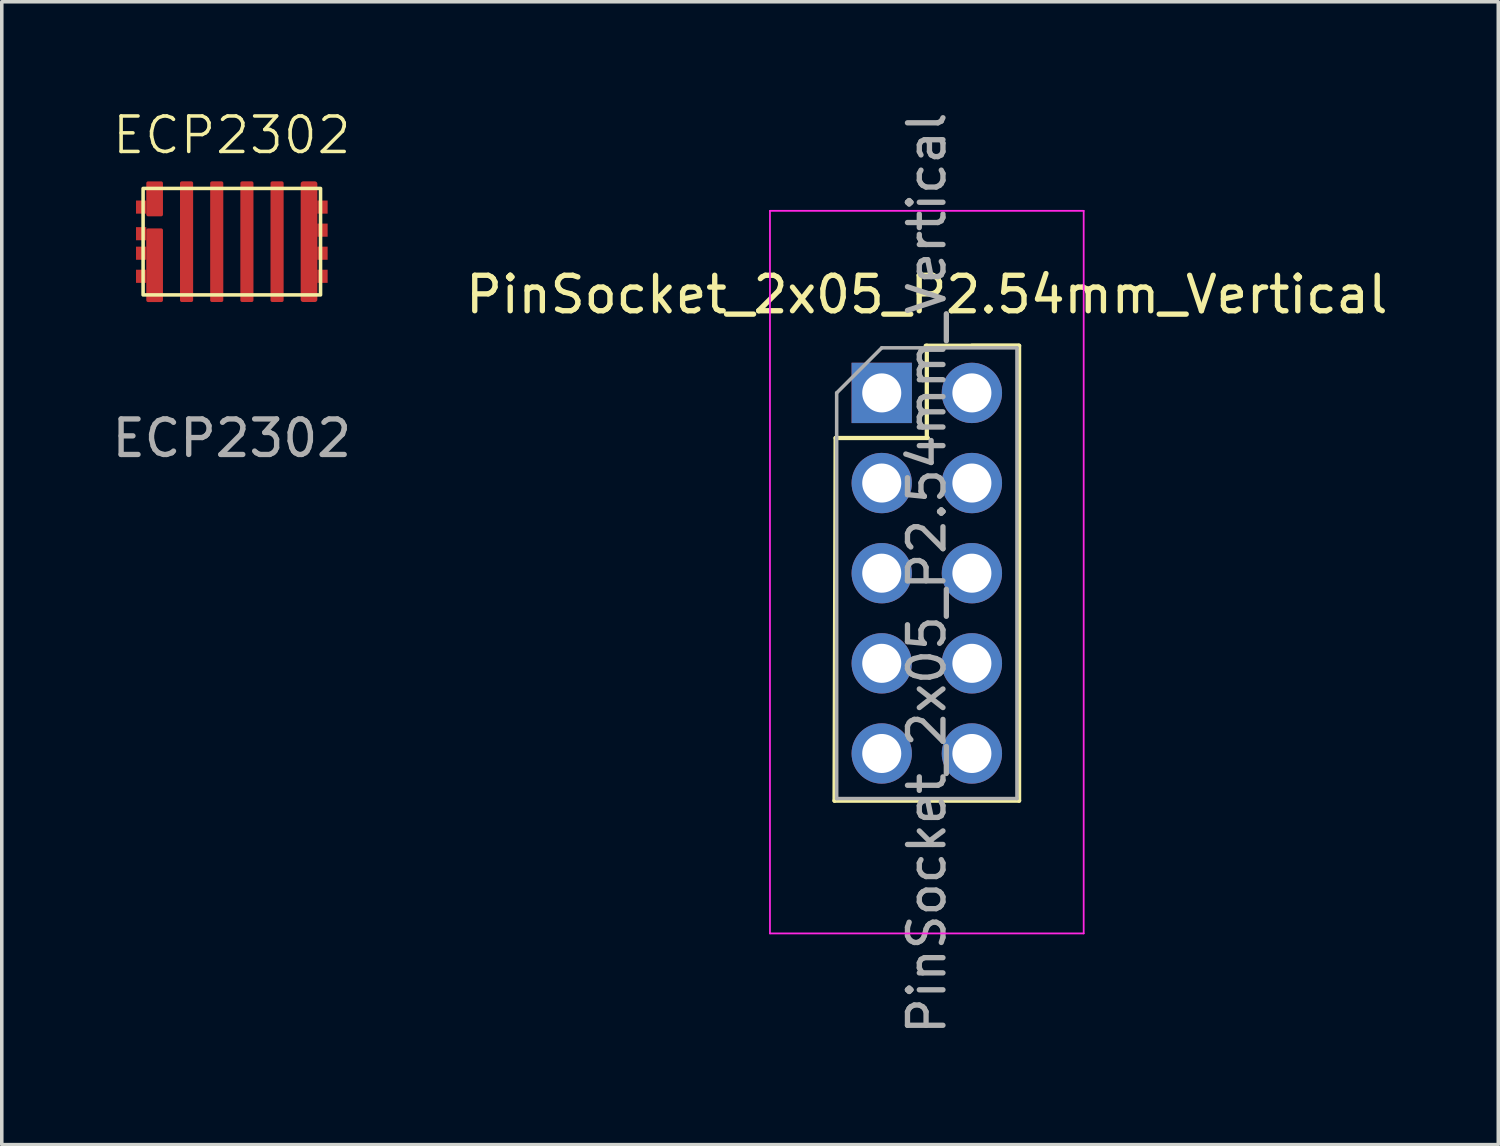
<source format=kicad_pcb>
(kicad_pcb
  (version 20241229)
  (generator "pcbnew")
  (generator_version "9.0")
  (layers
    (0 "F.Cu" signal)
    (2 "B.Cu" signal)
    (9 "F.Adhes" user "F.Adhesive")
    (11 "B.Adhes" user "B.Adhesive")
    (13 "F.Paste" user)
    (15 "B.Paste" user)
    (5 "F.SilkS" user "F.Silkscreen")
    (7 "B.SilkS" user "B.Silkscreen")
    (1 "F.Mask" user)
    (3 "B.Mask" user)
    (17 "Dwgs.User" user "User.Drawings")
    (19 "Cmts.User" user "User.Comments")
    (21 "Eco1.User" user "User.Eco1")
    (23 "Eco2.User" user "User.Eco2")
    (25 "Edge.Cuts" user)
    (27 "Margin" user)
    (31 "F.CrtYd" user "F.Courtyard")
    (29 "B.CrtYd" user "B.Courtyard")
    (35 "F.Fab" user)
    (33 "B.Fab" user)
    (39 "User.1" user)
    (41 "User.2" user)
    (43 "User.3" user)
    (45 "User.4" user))
  (footprint "PinSocket_2x05_P2.54mm_Vertical"
    (layer "F.Cu")
    (at 21.795 8.021)
    (property "Reference" "PinSocket_2x05_P2.54mm_Vertical" (at 1.27 -2.77 0) (layer "F.SilkS") (effects (font (size 1 1) (thickness 0.15))))
    (attr through_hole)
    (fp_line (start -1.33 11.49) (end 3.87 11.49) (stroke (width 0.12) (type solid)) (layer "F.SilkS"))
    (fp_line (start -1.3 1.27) (end -1.33 11.49) (stroke (width 0.12) (type solid)) (layer "F.SilkS"))
    (fp_line (start -1.3 1.27) (end 1.3 1.27) (stroke (width 0.12) (type solid)) (layer "F.SilkS"))
    (fp_line (start 1.24 -1.33) (end 3.84 -1.33) (stroke (width 0.12) (type solid)) (layer "F.SilkS"))
    (fp_line (start 1.27 -1.33) (end 1.27 1.27) (stroke (width 0.12) (type solid)) (layer "F.SilkS"))
    (fp_line (start 2.54 -1.33) (end 3.87 -1.33) (stroke (width 0.12) (type solid)) (layer "F.SilkS"))
    (fp_line (start 3.87 -1.33) (end 3.87 11.49) (stroke (width 0.12) (type solid)) (layer "F.SilkS"))
    (fp_line (start -3.15 -5.13) (end 5.69 -5.13) (stroke (width 0.05) (type solid)) (layer "F.CrtYd"))
    (fp_line (start -3.15 15.23) (end -3.15 -5.13) (stroke (width 0.05) (type solid)) (layer "F.CrtYd"))
    (fp_line (start 5.69 -5.13) (end 5.69 15.23) (stroke (width 0.05) (type solid)) (layer "F.CrtYd"))
    (fp_line (start 5.69 15.23) (end -3.15 15.23) (stroke (width 0.05) (type solid)) (layer "F.CrtYd"))
    (fp_line (start -1.27 0) (end 0 -1.27) (stroke (width 0.1) (type solid)) (layer "F.Fab"))
    (fp_line (start -1.27 11.43) (end -1.27 0) (stroke (width 0.1) (type solid)) (layer "F.Fab"))
    (fp_line (start 0 -1.27) (end 3.81 -1.27) (stroke (width 0.1) (type solid)) (layer "F.Fab"))
    (fp_line (start 3.81 -1.27) (end 3.81 11.43) (stroke (width 0.1) (type solid)) (layer "F.Fab"))
    (fp_line (start 3.81 11.43) (end -1.27 11.43) (stroke (width 0.1) (type solid)) (layer "F.Fab"))
    (fp_text user "${REFERENCE}" (at 1.27 5.08 90) (layer "F.Fab") (effects (font (size 1 1) (thickness 0.15))))
    (pad "1" thru_hole rect (at 0 0) (size 1.7 1.7) (drill 1.1) (layers "*.Cu" "*.Mask"))
    (pad "2" thru_hole circle (at 2.54 0) (size 1.7 1.7) (drill 1.1) (layers "*.Cu" "*.Mask"))
    (pad "3" thru_hole oval (at 0 2.54) (size 1.7 1.7) (drill 1.1) (layers "*.Cu" "*.Mask"))
    (pad "4" thru_hole oval (at 2.54 2.54) (size 1.7 1.7) (drill 1.1) (layers "*.Cu" "*.Mask"))
    (pad "5" thru_hole oval (at 0 5.08) (size 1.7 1.7) (drill 1.1) (layers "*.Cu" "*.Mask"))
    (pad "6" thru_hole oval (at 2.54 5.08) (size 1.7 1.7) (drill 1.1) (layers "*.Cu" "*.Mask"))
    (pad "7" thru_hole oval (at 0 7.62) (size 1.7 1.7) (drill 1.1) (layers "*.Cu" "*.Mask"))
    (pad "8" thru_hole oval (at 2.54 7.62) (size 1.7 1.7) (drill 1.1) (layers "*.Cu" "*.Mask"))
    (pad "9" thru_hole oval (at 0 10.16) (size 1.7 1.7) (drill 1.1) (layers "*.Cu" "*.Mask"))
    (pad "10" thru_hole oval (at 2.54 10.16) (size 1.7 1.7) (drill 1.1) (layers "*.Cu" "*.Mask")))
  (footprint "ECP2302"
    (layer "F.Cu")
    (at 3.482 3.76)
    (property "Reference" "ECP2302" (at 0 -3 0) (unlocked yes) (layer "F.SilkS") (effects (font (size 1 1) (thickness 0.1))))
    (attr smd)
    (fp_rect (start -2.5 -1.5) (end 2.5 1.5) (stroke (width 0.1) (type default)) (fill no) (layer "F.SilkS"))
    (fp_text user "${REFERENCE}" (at 0 5.54 0) (unlocked yes) (layer "F.Fab") (effects (font (size 1 1) (thickness 0.15))))
    (pad "1" smd roundrect (at -1.275 0) (size 0.37 3.4) (layers "F.Cu" "F.Mask" "F.Paste") (roundrect_rratio 0.135))
    (pad "1" smd roundrect (at 0.425 0) (size 0.37 3.4) (layers "F.Cu" "F.Mask" "F.Paste") (roundrect_rratio 0.135))
    (pad "1" smd roundrect (at 2.175 0) (size 0.47 3.4) (layers "F.Cu" "F.Mask" "F.Paste") (roundrect_rratio 0.147))
    (pad "1" smd rect (at 2.555 -0.975) (size 0.29 0.37) (layers "F.Cu" "F.Mask" "F.Paste"))
    (pad "1" smd rect (at 2.555 -0.325) (size 0.29 0.37) (layers "F.Cu" "F.Mask" "F.Paste"))
    (pad "1" smd rect (at 2.555 0.325) (size 0.29 0.37) (layers "F.Cu" "F.Mask" "F.Paste" "Eco2.User"))
    (pad "1" smd rect (at 2.555 0.975) (size 0.29 0.37) (layers "F.Cu" "F.Mask" "F.Paste"))
    (pad "2" smd rect (at -2.555 -0.975) (size 0.29 0.37) (layers "F.Cu" "F.Mask" "F.Paste"))
    (pad "2" smd roundrect (at -2.175 -1.207) (size 0.47 0.985) (layers "F.Cu" "F.Mask" "F.Paste") (roundrect_rratio 0.106))
    (pad "3" smd rect (at -2.555 -0.225) (size 0.29 0.37) (layers "F.Cu" "F.Mask" "F.Paste"))
    (pad "3" smd rect (at -2.555 0.325) (size 0.29 0.37) (layers "F.Cu" "F.Mask" "F.Paste"))
    (pad "3" smd rect (at -2.555 0.975) (size 0.29 0.37) (layers "F.Cu" "F.Mask" "F.Paste"))
    (pad "3" smd roundrect (at -2.175 0.663) (size 0.47 2.075) (layers "F.Cu" "F.Mask" "F.Paste") (roundrect_rratio 0.106))
    (pad "3" smd roundrect (at -0.425 0) (size 0.37 3.4) (layers "F.Cu" "F.Mask" "F.Paste") (roundrect_rratio 0.135))
    (pad "3" smd roundrect (at 1.275 0) (size 0.37 3.4) (layers "F.Cu" "F.Mask" "F.Paste") (roundrect_rratio 0.135)))
  (gr_rect
    (start -3 -3)
    (end 39.167 29.202)
    (stroke (width 0.1) (type default))
    (fill no)
    (layer "Edge.Cuts")))
</source>
